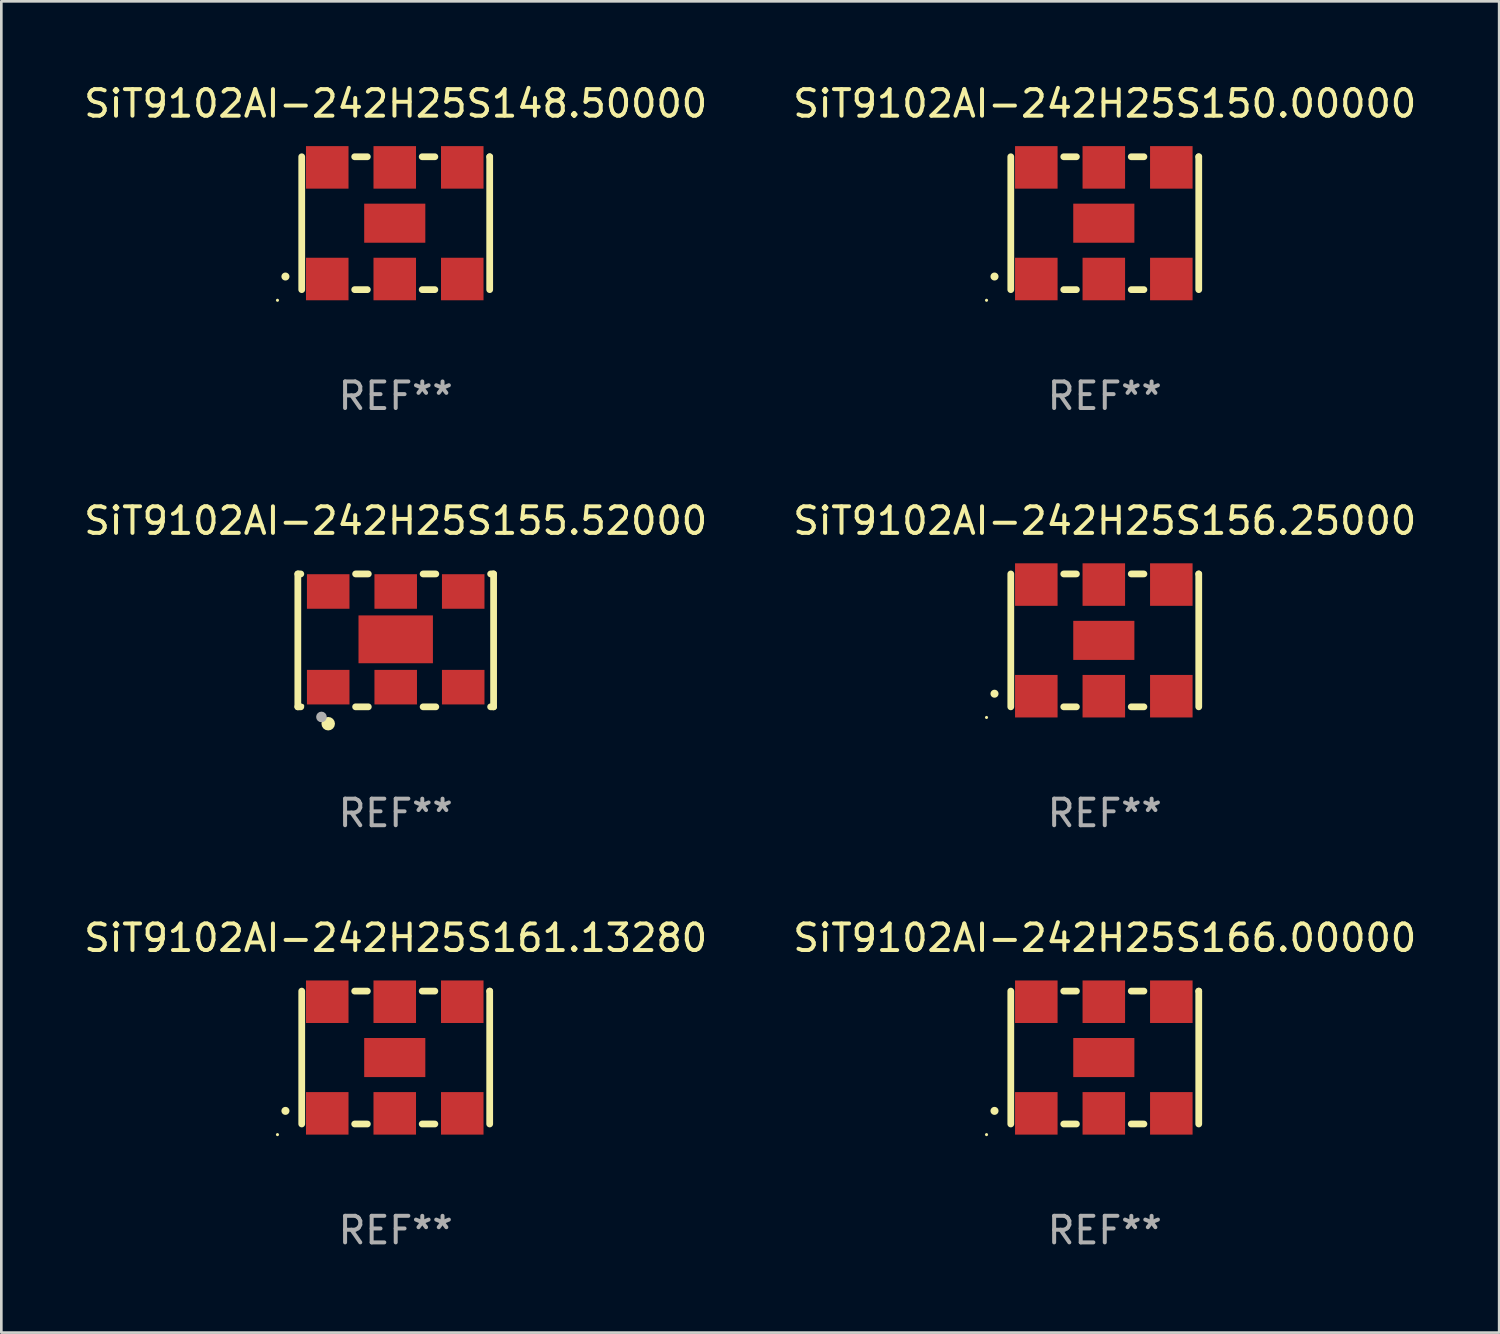
<source format=kicad_pcb>
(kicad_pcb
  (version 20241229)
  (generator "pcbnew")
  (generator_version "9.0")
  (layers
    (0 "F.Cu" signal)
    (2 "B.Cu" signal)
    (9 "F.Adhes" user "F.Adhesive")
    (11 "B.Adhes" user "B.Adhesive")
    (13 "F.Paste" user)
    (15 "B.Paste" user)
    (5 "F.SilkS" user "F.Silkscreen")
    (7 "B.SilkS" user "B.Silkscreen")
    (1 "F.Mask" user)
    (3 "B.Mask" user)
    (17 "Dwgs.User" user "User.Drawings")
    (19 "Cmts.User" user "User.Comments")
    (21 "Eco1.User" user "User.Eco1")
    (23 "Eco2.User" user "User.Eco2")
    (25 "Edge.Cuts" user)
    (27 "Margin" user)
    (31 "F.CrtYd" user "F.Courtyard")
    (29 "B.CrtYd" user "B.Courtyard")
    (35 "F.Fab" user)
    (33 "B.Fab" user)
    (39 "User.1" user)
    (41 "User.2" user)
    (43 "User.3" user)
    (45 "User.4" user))
  (footprint "SiT9102AI-242H25S150.00000"
    (layer "F.Cu")
    (at 38.518 5.348)
    (property "Reference" "SiT9102AI-242H25S150.00000" (at 0 -4.5 0) (layer "F.SilkS") (effects (font (size 1 1) (thickness 0.15))))
    (attr through_hole)
    (fp_line (start -3.536 -2.5) (end -3.536 2.5) (stroke (width 0.254) (type solid)) (layer "F.SilkS"))
    (fp_line (start -1.544 2.5) (end -1.067 2.5) (stroke (width 0.254) (type solid)) (layer "F.SilkS"))
    (fp_line (start -1.067 -2.5) (end -1.544 -2.5) (stroke (width 0.254) (type solid)) (layer "F.SilkS"))
    (fp_line (start 0.996 2.5) (end 1.473 2.5) (stroke (width 0.254) (type solid)) (layer "F.SilkS"))
    (fp_line (start 1.473 -2.5) (end 0.996 -2.5) (stroke (width 0.254) (type solid)) (layer "F.SilkS"))
    (fp_line (start 3.536 -2.5) (end 3.536 -2.5) (stroke (width 0.254) (type solid)) (layer "F.SilkS"))
    (fp_line (start 3.536 2.5) (end 3.536 -2.5) (stroke (width 0.254) (type solid)) (layer "F.SilkS"))
    (fp_arc (start -4.150432 2.006604) (mid -4.149162 2.006599) (end -4.147892 2.006604) (stroke (width 0.3) (type solid)) (layer "F.SilkS"))
    (fp_circle (center -4.449 2.9) (end -4.419 2.9) (stroke (width 0.06) (type solid)) (fill no) (layer "F.SilkS"))
    (fp_text user "REF**" (at 0 6.5 0) (layer "F.Fab") (effects (font (size 1 1) (thickness 0.15))))
    (pad "1" smd rect (at -2.576 2.1) (size 1.6 1.6) (layers "F.Cu" "F.Mask" "F.Paste"))
    (pad "2" smd rect (at -0.036 2.1) (size 1.6 1.6) (layers "F.Cu" "F.Mask" "F.Paste"))
    (pad "3" smd rect (at 2.504 2.1) (size 1.6 1.6) (layers "F.Cu" "F.Mask" "F.Paste"))
    (pad "4" smd rect (at 2.504 -2.1) (size 1.6 1.6) (layers "F.Cu" "F.Mask" "F.Paste"))
    (pad "5" smd rect (at -0.036 -2.1) (size 1.6 1.6) (layers "F.Cu" "F.Mask" "F.Paste"))
    (pad "6" smd rect (at -2.576 -2.1) (size 1.6 1.6) (layers "F.Cu" "F.Mask" "F.Paste"))
    (pad "7" smd rect (at -0.036 0) (size 2.3 1.47) (layers "F.Cu" "F.Mask" "F.Paste")))
  (footprint "SiT9102AI-242H25S156.25000"
    (layer "F.Cu")
    (at 38.518 21.045)
    (property "Reference" "SiT9102AI-242H25S156.25000" (at 0 -4.5 0) (layer "F.SilkS") (effects (font (size 1 1) (thickness 0.15))))
    (attr through_hole)
    (fp_line (start -3.536 -2.5) (end -3.536 2.5) (stroke (width 0.254) (type solid)) (layer "F.SilkS"))
    (fp_line (start -1.544 2.5) (end -1.067 2.5) (stroke (width 0.254) (type solid)) (layer "F.SilkS"))
    (fp_line (start -1.067 -2.5) (end -1.544 -2.5) (stroke (width 0.254) (type solid)) (layer "F.SilkS"))
    (fp_line (start 0.996 2.5) (end 1.473 2.5) (stroke (width 0.254) (type solid)) (layer "F.SilkS"))
    (fp_line (start 1.473 -2.5) (end 0.996 -2.5) (stroke (width 0.254) (type solid)) (layer "F.SilkS"))
    (fp_line (start 3.536 -2.5) (end 3.536 -2.5) (stroke (width 0.254) (type solid)) (layer "F.SilkS"))
    (fp_line (start 3.536 2.5) (end 3.536 -2.5) (stroke (width 0.254) (type solid)) (layer "F.SilkS"))
    (fp_arc (start -4.150432 2.006604) (mid -4.149162 2.006599) (end -4.147892 2.006604) (stroke (width 0.3) (type solid)) (layer "F.SilkS"))
    (fp_circle (center -4.449 2.9) (end -4.419 2.9) (stroke (width 0.06) (type solid)) (fill no) (layer "F.SilkS"))
    (fp_text user "REF**" (at 0 6.5 0) (layer "F.Fab") (effects (font (size 1 1) (thickness 0.15))))
    (pad "1" smd rect (at -2.576 2.1) (size 1.6 1.6) (layers "F.Cu" "F.Mask" "F.Paste"))
    (pad "2" smd rect (at -0.036 2.1) (size 1.6 1.6) (layers "F.Cu" "F.Mask" "F.Paste"))
    (pad "3" smd rect (at 2.504 2.1) (size 1.6 1.6) (layers "F.Cu" "F.Mask" "F.Paste"))
    (pad "4" smd rect (at 2.504 -2.1) (size 1.6 1.6) (layers "F.Cu" "F.Mask" "F.Paste"))
    (pad "5" smd rect (at -0.036 -2.1) (size 1.6 1.6) (layers "F.Cu" "F.Mask" "F.Paste"))
    (pad "6" smd rect (at -2.576 -2.1) (size 1.6 1.6) (layers "F.Cu" "F.Mask" "F.Paste"))
    (pad "7" smd rect (at -0.036 0) (size 2.3 1.47) (layers "F.Cu" "F.Mask" "F.Paste")))
  (footprint "SiT9102AI-242H25S161.13280"
    (layer "F.Cu")
    (at 11.839 36.741)
    (property "Reference" "SiT9102AI-242H25S161.13280" (at 0 -4.5 0) (layer "F.SilkS") (effects (font (size 1 1) (thickness 0.15))))
    (attr through_hole)
    (fp_line (start -3.536 -2.5) (end -3.536 2.5) (stroke (width 0.254) (type solid)) (layer "F.SilkS"))
    (fp_line (start -1.544 2.5) (end -1.067 2.5) (stroke (width 0.254) (type solid)) (layer "F.SilkS"))
    (fp_line (start -1.067 -2.5) (end -1.544 -2.5) (stroke (width 0.254) (type solid)) (layer "F.SilkS"))
    (fp_line (start 0.996 2.5) (end 1.473 2.5) (stroke (width 0.254) (type solid)) (layer "F.SilkS"))
    (fp_line (start 1.473 -2.5) (end 0.996 -2.5) (stroke (width 0.254) (type solid)) (layer "F.SilkS"))
    (fp_line (start 3.536 -2.5) (end 3.536 -2.5) (stroke (width 0.254) (type solid)) (layer "F.SilkS"))
    (fp_line (start 3.536 2.5) (end 3.536 -2.5) (stroke (width 0.254) (type solid)) (layer "F.SilkS"))
    (fp_arc (start -4.150432 2.006604) (mid -4.149162 2.006599) (end -4.147892 2.006604) (stroke (width 0.3) (type solid)) (layer "F.SilkS"))
    (fp_circle (center -4.449 2.9) (end -4.419 2.9) (stroke (width 0.06) (type solid)) (fill no) (layer "F.SilkS"))
    (fp_text user "REF**" (at 0 6.5 0) (layer "F.Fab") (effects (font (size 1 1) (thickness 0.15))))
    (pad "1" smd rect (at -2.576 2.1) (size 1.6 1.6) (layers "F.Cu" "F.Mask" "F.Paste"))
    (pad "2" smd rect (at -0.036 2.1) (size 1.6 1.6) (layers "F.Cu" "F.Mask" "F.Paste"))
    (pad "3" smd rect (at 2.504 2.1) (size 1.6 1.6) (layers "F.Cu" "F.Mask" "F.Paste"))
    (pad "4" smd rect (at 2.504 -2.1) (size 1.6 1.6) (layers "F.Cu" "F.Mask" "F.Paste"))
    (pad "5" smd rect (at -0.036 -2.1) (size 1.6 1.6) (layers "F.Cu" "F.Mask" "F.Paste"))
    (pad "6" smd rect (at -2.576 -2.1) (size 1.6 1.6) (layers "F.Cu" "F.Mask" "F.Paste"))
    (pad "7" smd rect (at -0.036 0) (size 2.3 1.47) (layers "F.Cu" "F.Mask" "F.Paste")))
  (footprint "SiT9102AI-242H25S155.52000"
    (layer "F.Cu")
    (at 11.839 21.045)
    (property "Reference" "SiT9102AI-242H25S155.52000" (at 0 -4.5 0) (layer "F.SilkS") (effects (font (size 1 1) (thickness 0.15))))
    (attr through_hole)
    (fp_line (start -3.683 -2.5) (end -3.571 -2.5) (stroke (width 0.254) (type solid)) (layer "F.SilkS"))
    (fp_line (start -3.683 2.5) (end -3.683 -2.5) (stroke (width 0.254) (type solid)) (layer "F.SilkS"))
    (fp_line (start -3.683 2.5) (end -3.571 2.5) (stroke (width 0.254) (type solid)) (layer "F.SilkS"))
    (fp_line (start -1.509 -2.5) (end -1.031 -2.5) (stroke (width 0.254) (type solid)) (layer "F.SilkS"))
    (fp_line (start -1.509 2.5) (end -1.031 2.5) (stroke (width 0.254) (type solid)) (layer "F.SilkS"))
    (fp_line (start 1.031 -2.5) (end 1.509 -2.5) (stroke (width 0.254) (type solid)) (layer "F.SilkS"))
    (fp_line (start 1.031 2.5) (end 1.509 2.5) (stroke (width 0.254) (type solid)) (layer "F.SilkS"))
    (fp_line (start 3.571 -2.5) (end 3.683 -2.5) (stroke (width 0.254) (type solid)) (layer "F.SilkS"))
    (fp_line (start 3.571 2.5) (end 3.683 2.5) (stroke (width 0.254) (type solid)) (layer "F.SilkS"))
    (fp_line (start 3.683 2.5) (end 3.683 -2.5) (stroke (width 0.254) (type solid)) (layer "F.SilkS"))
    (fp_circle (center -3.5 2.46) (end -3.47 2.46) (stroke (width 0.06) (type solid)) (fill no) (layer "F.SilkS"))
    (fp_circle (center -2.54 3.135) (end -2.413 3.135) (stroke (width 0.254) (type solid)) (fill no) (layer "F.SilkS"))
    (fp_circle (center -2.794 2.881) (end -2.694 2.881) (stroke (width 0.2) (type solid)) (fill no) (layer "F.Fab"))
    (fp_text user "REF**" (at 0 6.5 0) (layer "F.Fab") (effects (font (size 1 1) (thickness 0.15))))
    (pad "1" smd rect (at -2.54 1.76) (size 1.6 1.3) (layers "F.Cu" "F.Mask" "F.Paste"))
    (pad "2" smd rect (at 0 1.76) (size 1.6 1.3) (layers "F.Cu" "F.Mask" "F.Paste"))
    (pad "3" smd rect (at 2.54 1.76) (size 1.6 1.3) (layers "F.Cu" "F.Mask" "F.Paste"))
    (pad "4" smd rect (at 2.54 -1.84) (size 1.6 1.3) (layers "F.Cu" "F.Mask" "F.Paste"))
    (pad "5" smd rect (at 0 -1.84) (size 1.6 1.3) (layers "F.Cu" "F.Mask" "F.Paste"))
    (pad "6" smd rect (at -2.54 -1.84) (size 1.6 1.3) (layers "F.Cu" "F.Mask" "F.Paste"))
    (pad "7" smd rect (at 0 -0.04) (size 2.8 1.8) (layers "F.Cu" "F.Mask" "F.Paste")))
  (footprint "SiT9102AI-242H25S148.50000"
    (layer "F.Cu")
    (at 11.839 5.348)
    (property "Reference" "SiT9102AI-242H25S148.50000" (at 0 -4.5 0) (layer "F.SilkS") (effects (font (size 1 1) (thickness 0.15))))
    (attr through_hole)
    (fp_line (start -3.536 -2.5) (end -3.536 2.5) (stroke (width 0.254) (type solid)) (layer "F.SilkS"))
    (fp_line (start -1.544 2.5) (end -1.067 2.5) (stroke (width 0.254) (type solid)) (layer "F.SilkS"))
    (fp_line (start -1.067 -2.5) (end -1.544 -2.5) (stroke (width 0.254) (type solid)) (layer "F.SilkS"))
    (fp_line (start 0.996 2.5) (end 1.473 2.5) (stroke (width 0.254) (type solid)) (layer "F.SilkS"))
    (fp_line (start 1.473 -2.5) (end 0.996 -2.5) (stroke (width 0.254) (type solid)) (layer "F.SilkS"))
    (fp_line (start 3.536 -2.5) (end 3.536 -2.5) (stroke (width 0.254) (type solid)) (layer "F.SilkS"))
    (fp_line (start 3.536 2.5) (end 3.536 -2.5) (stroke (width 0.254) (type solid)) (layer "F.SilkS"))
    (fp_arc (start -4.150432 2.006604) (mid -4.149162 2.006599) (end -4.147892 2.006604) (stroke (width 0.3) (type solid)) (layer "F.SilkS"))
    (fp_circle (center -4.449 2.9) (end -4.419 2.9) (stroke (width 0.06) (type solid)) (fill no) (layer "F.SilkS"))
    (fp_text user "REF**" (at 0 6.5 0) (layer "F.Fab") (effects (font (size 1 1) (thickness 0.15))))
    (pad "1" smd rect (at -2.576 2.1) (size 1.6 1.6) (layers "F.Cu" "F.Mask" "F.Paste"))
    (pad "2" smd rect (at -0.036 2.1) (size 1.6 1.6) (layers "F.Cu" "F.Mask" "F.Paste"))
    (pad "3" smd rect (at 2.504 2.1) (size 1.6 1.6) (layers "F.Cu" "F.Mask" "F.Paste"))
    (pad "4" smd rect (at 2.504 -2.1) (size 1.6 1.6) (layers "F.Cu" "F.Mask" "F.Paste"))
    (pad "5" smd rect (at -0.036 -2.1) (size 1.6 1.6) (layers "F.Cu" "F.Mask" "F.Paste"))
    (pad "6" smd rect (at -2.576 -2.1) (size 1.6 1.6) (layers "F.Cu" "F.Mask" "F.Paste"))
    (pad "7" smd rect (at -0.036 0) (size 2.3 1.47) (layers "F.Cu" "F.Mask" "F.Paste")))
  (footprint "SiT9102AI-242H25S166.00000"
    (layer "F.Cu")
    (at 38.518 36.741)
    (property "Reference" "SiT9102AI-242H25S166.00000" (at 0 -4.5 0) (layer "F.SilkS") (effects (font (size 1 1) (thickness 0.15))))
    (attr through_hole)
    (fp_line (start -3.536 -2.5) (end -3.536 2.5) (stroke (width 0.254) (type solid)) (layer "F.SilkS"))
    (fp_line (start -1.544 2.5) (end -1.067 2.5) (stroke (width 0.254) (type solid)) (layer "F.SilkS"))
    (fp_line (start -1.067 -2.5) (end -1.544 -2.5) (stroke (width 0.254) (type solid)) (layer "F.SilkS"))
    (fp_line (start 0.996 2.5) (end 1.473 2.5) (stroke (width 0.254) (type solid)) (layer "F.SilkS"))
    (fp_line (start 1.473 -2.5) (end 0.996 -2.5) (stroke (width 0.254) (type solid)) (layer "F.SilkS"))
    (fp_line (start 3.536 -2.5) (end 3.536 -2.5) (stroke (width 0.254) (type solid)) (layer "F.SilkS"))
    (fp_line (start 3.536 2.5) (end 3.536 -2.5) (stroke (width 0.254) (type solid)) (layer "F.SilkS"))
    (fp_arc (start -4.150432 2.006604) (mid -4.149162 2.006599) (end -4.147892 2.006604) (stroke (width 0.3) (type solid)) (layer "F.SilkS"))
    (fp_circle (center -4.449 2.9) (end -4.419 2.9) (stroke (width 0.06) (type solid)) (fill no) (layer "F.SilkS"))
    (fp_text user "REF**" (at 0 6.5 0) (layer "F.Fab") (effects (font (size 1 1) (thickness 0.15))))
    (pad "1" smd rect (at -2.576 2.1) (size 1.6 1.6) (layers "F.Cu" "F.Mask" "F.Paste"))
    (pad "2" smd rect (at -0.036 2.1) (size 1.6 1.6) (layers "F.Cu" "F.Mask" "F.Paste"))
    (pad "3" smd rect (at 2.504 2.1) (size 1.6 1.6) (layers "F.Cu" "F.Mask" "F.Paste"))
    (pad "4" smd rect (at 2.504 -2.1) (size 1.6 1.6) (layers "F.Cu" "F.Mask" "F.Paste"))
    (pad "5" smd rect (at -0.036 -2.1) (size 1.6 1.6) (layers "F.Cu" "F.Mask" "F.Paste"))
    (pad "6" smd rect (at -2.576 -2.1) (size 1.6 1.6) (layers "F.Cu" "F.Mask" "F.Paste"))
    (pad "7" smd rect (at -0.036 0) (size 2.3 1.47) (layers "F.Cu" "F.Mask" "F.Paste")))
  (gr_rect
    (start -3 -3)
    (end 53.357 47.09)
    (stroke (width 0.1) (type default))
    (fill no)
    (layer "Edge.Cuts")))
</source>
